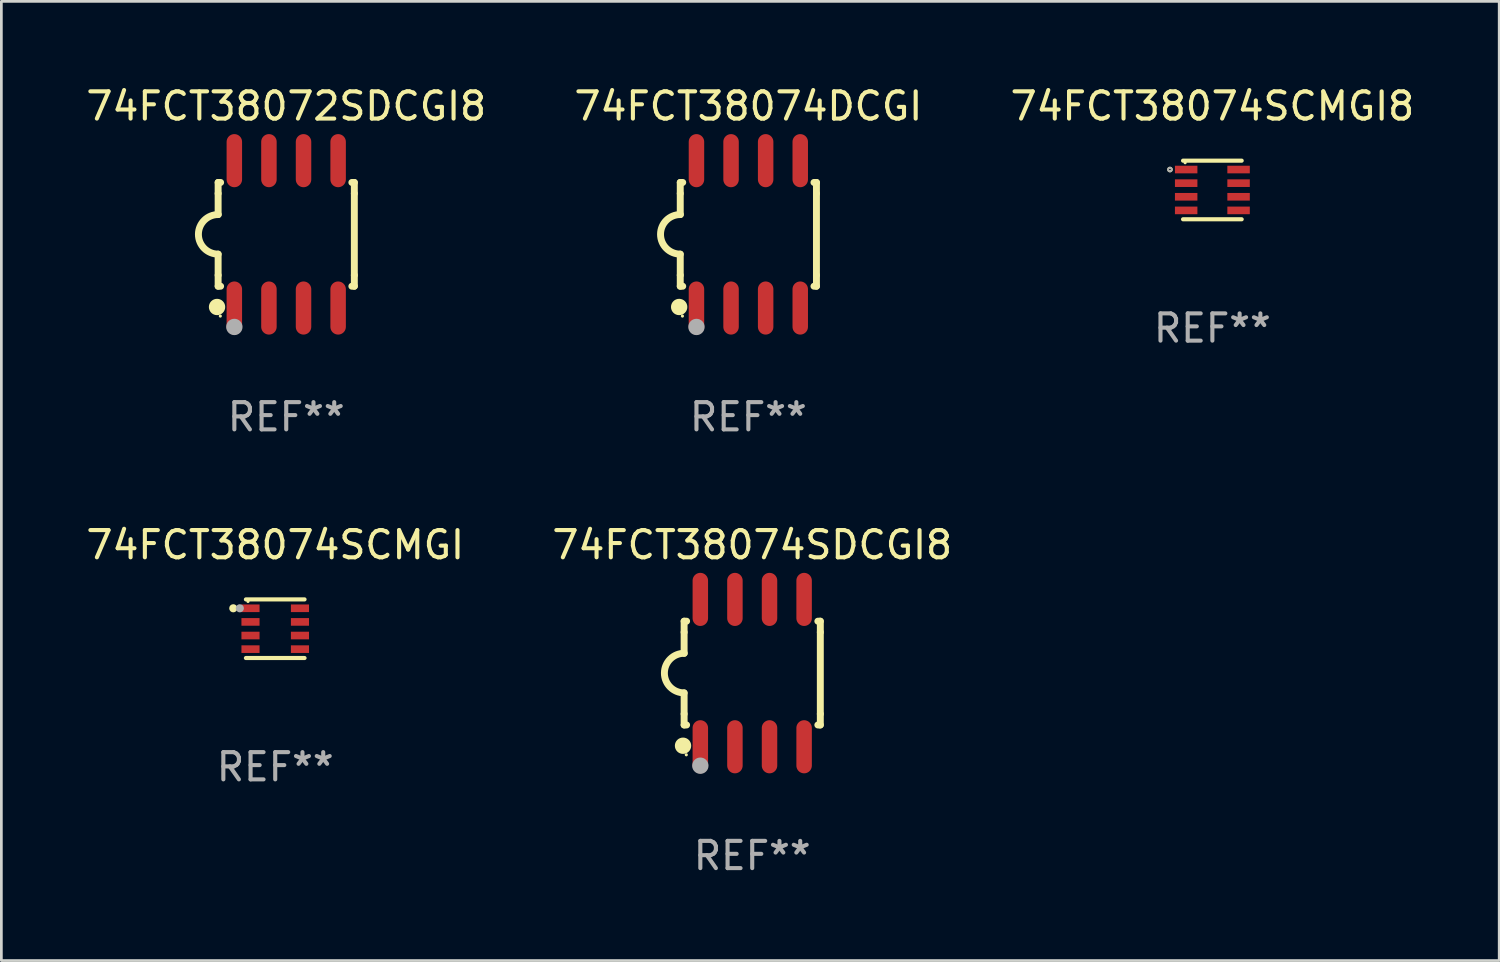
<source format=kicad_pcb>
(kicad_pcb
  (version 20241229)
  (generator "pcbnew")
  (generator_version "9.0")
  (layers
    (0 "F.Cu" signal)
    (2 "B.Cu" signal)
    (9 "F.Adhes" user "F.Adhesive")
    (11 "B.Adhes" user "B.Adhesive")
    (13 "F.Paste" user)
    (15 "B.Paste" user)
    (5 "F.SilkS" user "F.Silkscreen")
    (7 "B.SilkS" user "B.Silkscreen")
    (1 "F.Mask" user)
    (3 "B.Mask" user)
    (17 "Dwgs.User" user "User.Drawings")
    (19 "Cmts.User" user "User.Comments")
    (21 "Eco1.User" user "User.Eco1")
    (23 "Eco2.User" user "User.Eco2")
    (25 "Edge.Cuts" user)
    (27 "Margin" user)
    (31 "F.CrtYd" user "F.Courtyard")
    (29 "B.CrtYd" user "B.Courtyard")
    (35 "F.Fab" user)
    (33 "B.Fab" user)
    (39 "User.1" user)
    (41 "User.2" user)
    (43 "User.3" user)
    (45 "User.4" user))
  (footprint "74FCT38074SCMGI8"
    (layer "F.Cu")
    (at 41.458 3.924)
    (property "Reference" "74FCT38074SCMGI8" (at 0 -3.076 0) (layer "F.SilkS") (effects (font (size 1 1) (thickness 0.15))))
    (attr through_hole)
    (fp_line (start -1.076 -1.076) (end 1.076 -1.076) (stroke (width 0.152) (type solid)) (layer "F.SilkS"))
    (fp_line (start -1.076 1.076) (end 1.076 1.076) (stroke (width 0.152) (type solid)) (layer "F.SilkS"))
    (fp_circle (center -1.557 -0.75) (end -1.523 -0.75) (stroke (width 0.069) (type solid)) (fill no) (layer "F.SilkS"))
    (fp_circle (center -1 -1) (end -0.97 -1) (stroke (width 0.06) (type solid)) (fill no) (layer "F.SilkS"))
    (fp_circle (center -1.557 -0.75) (end -1.523 -0.75) (stroke (width 0.069) (type solid)) (fill no) (layer "F.Fab"))
    (fp_text user "REF**" (at 0 5.076 0) (layer "F.Fab") (effects (font (size 1 1) (thickness 0.15))))
    (pad "1" smd rect (at -0.962 -0.75) (size 0.825 0.28) (layers "F.Cu" "F.Mask" "F.Paste"))
    (pad "2" smd rect (at -0.962 -0.25) (size 0.825 0.28) (layers "F.Cu" "F.Mask" "F.Paste"))
    (pad "3" smd rect (at -0.962 0.25) (size 0.825 0.28) (layers "F.Cu" "F.Mask" "F.Paste"))
    (pad "4" smd rect (at -0.962 0.75) (size 0.825 0.28) (layers "F.Cu" "F.Mask" "F.Paste"))
    (pad "5" smd rect (at 0.962 0.75) (size 0.825 0.28) (layers "F.Cu" "F.Mask" "F.Paste"))
    (pad "6" smd rect (at 0.962 0.25) (size 0.825 0.28) (layers "F.Cu" "F.Mask" "F.Paste"))
    (pad "7" smd rect (at 0.962 -0.25) (size 0.825 0.28) (layers "F.Cu" "F.Mask" "F.Paste"))
    (pad "8" smd rect (at 0.962 -0.75) (size 0.825 0.28) (layers "F.Cu" "F.Mask" "F.Paste")))
  (footprint "74FCT38072SDCGI8"
    (layer "F.Cu")
    (at 7.458 5.553)
    (property "Reference" "74FCT38072SDCGI8" (at 0 -4.705 0) (layer "F.SilkS") (effects (font (size 1 1) (thickness 0.15))))
    (attr through_hole)
    (fp_line (start -2.5 -1.905) (end -2.409 -1.905) (stroke (width 0.254) (type solid)) (layer "F.SilkS"))
    (fp_line (start -2.5 -1.5) (end -2.5 -1.905) (stroke (width 0.254) (type solid)) (layer "F.SilkS"))
    (fp_line (start -2.5 -1.5) (end -2.5 -0.726) (stroke (width 0.254) (type solid)) (layer "F.SilkS"))
    (fp_line (start -2.5 1.5) (end -2.5 0.727) (stroke (width 0.254) (type solid)) (layer "F.SilkS"))
    (fp_line (start -2.5 1.5) (end -2.5 1.905) (stroke (width 0.254) (type solid)) (layer "F.SilkS"))
    (fp_line (start -2.5 1.905) (end -2.409 1.905) (stroke (width 0.254) (type solid)) (layer "F.SilkS"))
    (fp_line (start 2.5 -1.905) (end 2.409 -1.905) (stroke (width 0.254) (type solid)) (layer "F.SilkS"))
    (fp_line (start 2.5 -1.5) (end 2.5 -1.905) (stroke (width 0.254) (type solid)) (layer "F.SilkS"))
    (fp_line (start 2.5 -1.5) (end 2.5 1.5) (stroke (width 0.254) (type solid)) (layer "F.SilkS"))
    (fp_line (start 2.5 1.5) (end 2.5 1.905) (stroke (width 0.254) (type solid)) (layer "F.SilkS"))
    (fp_line (start 2.5 1.905) (end 2.409 1.905) (stroke (width 0.254) (type solid)) (layer "F.SilkS"))
    (fp_arc (start -2.5 0.726568) (mid -3.220316 -0.0023) (end -2.495097 -0.726289) (stroke (width 0.254001) (type solid)) (layer "F.SilkS"))
    (fp_circle (center -2.54 2.667) (end -2.39 2.667) (stroke (width 0.3) (type solid)) (fill no) (layer "F.SilkS"))
    (fp_circle (center -2.42 3) (end -2.39 3) (stroke (width 0.06) (type solid)) (fill no) (layer "F.SilkS"))
    (fp_circle (center -1.905 3.4) (end -1.755 3.4) (stroke (width 0.3) (type solid)) (fill no) (layer "F.Fab"))
    (fp_text user "REF**" (at 0 6.705 0) (layer "F.Fab") (effects (font (size 1 1) (thickness 0.15))))
    (pad "1" smd oval (at -1.905 2.705) (size 0.568 1.95) (layers "F.Cu" "F.Mask" "F.Paste"))
    (pad "2" smd oval (at -0.635 2.705) (size 0.568 1.95) (layers "F.Cu" "F.Mask" "F.Paste"))
    (pad "3" smd oval (at 0.635 2.705) (size 0.568 1.95) (layers "F.Cu" "F.Mask" "F.Paste"))
    (pad "4" smd oval (at 1.905 2.705) (size 0.568 1.95) (layers "F.Cu" "F.Mask" "F.Paste"))
    (pad "5" smd oval (at 1.905 -2.705) (size 0.568 1.95) (layers "F.Cu" "F.Mask" "F.Paste"))
    (pad "6" smd oval (at 0.635 -2.705) (size 0.568 1.95) (layers "F.Cu" "F.Mask" "F.Paste"))
    (pad "7" smd oval (at -0.635 -2.705) (size 0.568 1.95) (layers "F.Cu" "F.Mask" "F.Paste"))
    (pad "8" smd oval (at -1.905 -2.705) (size 0.568 1.95) (layers "F.Cu" "F.Mask" "F.Paste")))
  (footprint "74FCT38074DCGI"
    (layer "F.Cu")
    (at 24.423 5.553)
    (property "Reference" "74FCT38074DCGI" (at 0 -4.705 0) (layer "F.SilkS") (effects (font (size 1 1) (thickness 0.15))))
    (attr through_hole)
    (fp_line (start -2.5 -1.905) (end -2.409 -1.905) (stroke (width 0.254) (type solid)) (layer "F.SilkS"))
    (fp_line (start -2.5 -1.5) (end -2.5 -1.905) (stroke (width 0.254) (type solid)) (layer "F.SilkS"))
    (fp_line (start -2.5 -1.5) (end -2.5 -0.726) (stroke (width 0.254) (type solid)) (layer "F.SilkS"))
    (fp_line (start -2.5 1.5) (end -2.5 0.727) (stroke (width 0.254) (type solid)) (layer "F.SilkS"))
    (fp_line (start -2.5 1.5) (end -2.5 1.905) (stroke (width 0.254) (type solid)) (layer "F.SilkS"))
    (fp_line (start -2.5 1.905) (end -2.409 1.905) (stroke (width 0.254) (type solid)) (layer "F.SilkS"))
    (fp_line (start 2.5 -1.905) (end 2.409 -1.905) (stroke (width 0.254) (type solid)) (layer "F.SilkS"))
    (fp_line (start 2.5 -1.5) (end 2.5 -1.905) (stroke (width 0.254) (type solid)) (layer "F.SilkS"))
    (fp_line (start 2.5 -1.5) (end 2.5 1.5) (stroke (width 0.254) (type solid)) (layer "F.SilkS"))
    (fp_line (start 2.5 1.5) (end 2.5 1.905) (stroke (width 0.254) (type solid)) (layer "F.SilkS"))
    (fp_line (start 2.5 1.905) (end 2.409 1.905) (stroke (width 0.254) (type solid)) (layer "F.SilkS"))
    (fp_arc (start -2.5 0.726568) (mid -3.220316 -0.0023) (end -2.495097 -0.726289) (stroke (width 0.254001) (type solid)) (layer "F.SilkS"))
    (fp_circle (center -2.54 2.667) (end -2.39 2.667) (stroke (width 0.3) (type solid)) (fill no) (layer "F.SilkS"))
    (fp_circle (center -2.42 3) (end -2.39 3) (stroke (width 0.06) (type solid)) (fill no) (layer "F.SilkS"))
    (fp_circle (center -1.905 3.4) (end -1.755 3.4) (stroke (width 0.3) (type solid)) (fill no) (layer "F.Fab"))
    (fp_text user "REF**" (at 0 6.705 0) (layer "F.Fab") (effects (font (size 1 1) (thickness 0.15))))
    (pad "1" smd oval (at -1.905 2.705) (size 0.568 1.95) (layers "F.Cu" "F.Mask" "F.Paste"))
    (pad "2" smd oval (at -0.635 2.705) (size 0.568 1.95) (layers "F.Cu" "F.Mask" "F.Paste"))
    (pad "3" smd oval (at 0.635 2.705) (size 0.568 1.95) (layers "F.Cu" "F.Mask" "F.Paste"))
    (pad "4" smd oval (at 1.905 2.705) (size 0.568 1.95) (layers "F.Cu" "F.Mask" "F.Paste"))
    (pad "5" smd oval (at 1.905 -2.705) (size 0.568 1.95) (layers "F.Cu" "F.Mask" "F.Paste"))
    (pad "6" smd oval (at 0.635 -2.705) (size 0.568 1.95) (layers "F.Cu" "F.Mask" "F.Paste"))
    (pad "7" smd oval (at -0.635 -2.705) (size 0.568 1.95) (layers "F.Cu" "F.Mask" "F.Paste"))
    (pad "8" smd oval (at -1.905 -2.705) (size 0.568 1.95) (layers "F.Cu" "F.Mask" "F.Paste")))
  (footprint "74FCT38074SCMGI"
    (layer "F.Cu")
    (at 7.054 20.031)
    (property "Reference" "74FCT38074SCMGI" (at 0 -3.076 0) (layer "F.SilkS") (effects (font (size 1 1) (thickness 0.15))))
    (attr through_hole)
    (fp_line (start -1.076 -1.076) (end 1.076 -1.076) (stroke (width 0.152) (type solid)) (layer "F.SilkS"))
    (fp_line (start -1.076 1.076) (end 1.076 1.076) (stroke (width 0.152) (type solid)) (layer "F.SilkS"))
    (fp_circle (center -1.54 -0.75) (end -1.465 -0.75) (stroke (width 0.15) (type solid)) (fill no) (layer "F.SilkS"))
    (fp_circle (center -1 -1) (end -0.97 -1) (stroke (width 0.06) (type solid)) (fill no) (layer "F.SilkS"))
    (fp_circle (center -1.3 -0.75) (end -1.225 -0.75) (stroke (width 0.15) (type solid)) (fill no) (layer "F.Fab"))
    (fp_text user "REF**" (at 0 5.076 0) (layer "F.Fab") (effects (font (size 1 1) (thickness 0.15))))
    (pad "1" smd rect (at -0.908 -0.75) (size 0.665 0.28) (layers "F.Cu" "F.Mask" "F.Paste"))
    (pad "2" smd rect (at -0.908 -0.25) (size 0.665 0.28) (layers "F.Cu" "F.Mask" "F.Paste"))
    (pad "3" smd rect (at -0.908 0.25) (size 0.665 0.28) (layers "F.Cu" "F.Mask" "F.Paste"))
    (pad "4" smd rect (at -0.908 0.75) (size 0.665 0.28) (layers "F.Cu" "F.Mask" "F.Paste"))
    (pad "5" smd rect (at 0.908 0.75) (size 0.665 0.28) (layers "F.Cu" "F.Mask" "F.Paste"))
    (pad "6" smd rect (at 0.908 0.25) (size 0.665 0.28) (layers "F.Cu" "F.Mask" "F.Paste"))
    (pad "7" smd rect (at 0.908 -0.25) (size 0.665 0.28) (layers "F.Cu" "F.Mask" "F.Paste"))
    (pad "8" smd rect (at 0.908 -0.75) (size 0.665 0.28) (layers "F.Cu" "F.Mask" "F.Paste")))
  (footprint "74FCT38074SDCGI8"
    (layer "F.Cu")
    (at 24.565 21.66)
    (property "Reference" "74FCT38074SDCGI8" (at 0 -4.705 0) (layer "F.SilkS") (effects (font (size 1 1) (thickness 0.15))))
    (attr through_hole)
    (fp_line (start -2.5 -1.905) (end -2.409 -1.905) (stroke (width 0.254) (type solid)) (layer "F.SilkS"))
    (fp_line (start -2.5 -1.5) (end -2.5 -1.905) (stroke (width 0.254) (type solid)) (layer "F.SilkS"))
    (fp_line (start -2.5 -1.5) (end -2.5 -0.726) (stroke (width 0.254) (type solid)) (layer "F.SilkS"))
    (fp_line (start -2.5 1.5) (end -2.5 0.727) (stroke (width 0.254) (type solid)) (layer "F.SilkS"))
    (fp_line (start -2.5 1.5) (end -2.5 1.905) (stroke (width 0.254) (type solid)) (layer "F.SilkS"))
    (fp_line (start -2.5 1.905) (end -2.409 1.905) (stroke (width 0.254) (type solid)) (layer "F.SilkS"))
    (fp_line (start 2.5 -1.905) (end 2.409 -1.905) (stroke (width 0.254) (type solid)) (layer "F.SilkS"))
    (fp_line (start 2.5 -1.5) (end 2.5 -1.905) (stroke (width 0.254) (type solid)) (layer "F.SilkS"))
    (fp_line (start 2.5 -1.5) (end 2.5 1.5) (stroke (width 0.254) (type solid)) (layer "F.SilkS"))
    (fp_line (start 2.5 1.5) (end 2.5 1.905) (stroke (width 0.254) (type solid)) (layer "F.SilkS"))
    (fp_line (start 2.5 1.905) (end 2.409 1.905) (stroke (width 0.254) (type solid)) (layer "F.SilkS"))
    (fp_arc (start -2.5 0.726568) (mid -3.220316 -0.0023) (end -2.495097 -0.726289) (stroke (width 0.254001) (type solid)) (layer "F.SilkS"))
    (fp_circle (center -2.54 2.667) (end -2.39 2.667) (stroke (width 0.3) (type solid)) (fill no) (layer "F.SilkS"))
    (fp_circle (center -2.42 3) (end -2.39 3) (stroke (width 0.06) (type solid)) (fill no) (layer "F.SilkS"))
    (fp_circle (center -1.905 3.4) (end -1.755 3.4) (stroke (width 0.3) (type solid)) (fill no) (layer "F.Fab"))
    (fp_text user "REF**" (at 0 6.705 0) (layer "F.Fab") (effects (font (size 1 1) (thickness 0.15))))
    (pad "1" smd oval (at -1.905 2.705) (size 0.568 1.95) (layers "F.Cu" "F.Mask" "F.Paste"))
    (pad "2" smd oval (at -0.635 2.705) (size 0.568 1.95) (layers "F.Cu" "F.Mask" "F.Paste"))
    (pad "3" smd oval (at 0.635 2.705) (size 0.568 1.95) (layers "F.Cu" "F.Mask" "F.Paste"))
    (pad "4" smd oval (at 1.905 2.705) (size 0.568 1.95) (layers "F.Cu" "F.Mask" "F.Paste"))
    (pad "5" smd oval (at 1.905 -2.705) (size 0.568 1.95) (layers "F.Cu" "F.Mask" "F.Paste"))
    (pad "6" smd oval (at 0.635 -2.705) (size 0.568 1.95) (layers "F.Cu" "F.Mask" "F.Paste"))
    (pad "7" smd oval (at -0.635 -2.705) (size 0.568 1.95) (layers "F.Cu" "F.Mask" "F.Paste"))
    (pad "8" smd oval (at -1.905 -2.705) (size 0.568 1.95) (layers "F.Cu" "F.Mask" "F.Paste")))
  (gr_rect
    (start -3 -3)
    (end 51.988 32.213)
    (stroke (width 0.1) (type default))
    (fill no)
    (layer "Edge.Cuts")))
</source>
